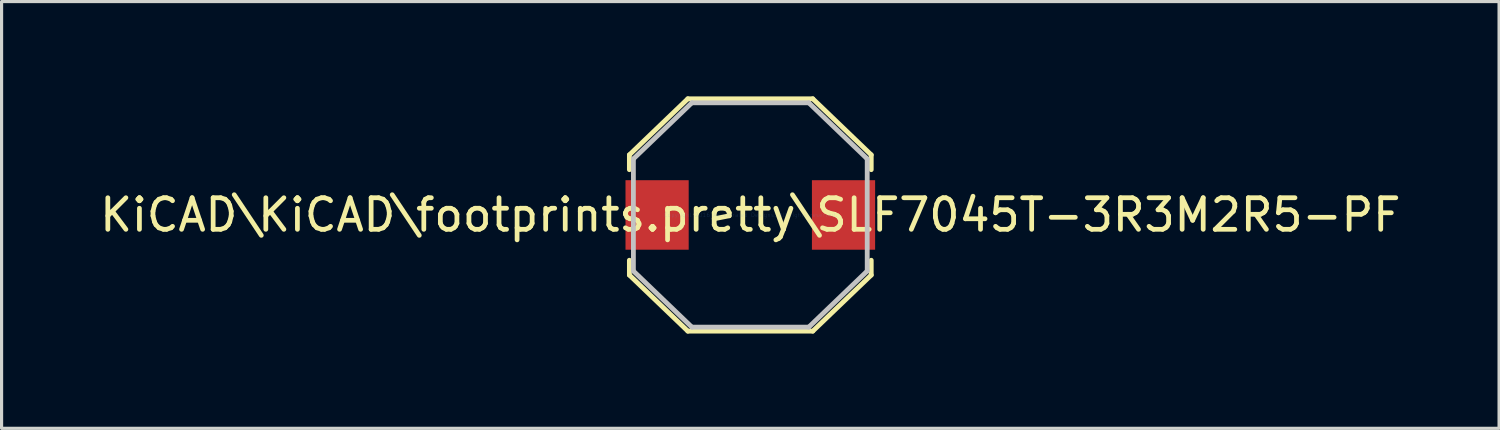
<source format=kicad_pcb>
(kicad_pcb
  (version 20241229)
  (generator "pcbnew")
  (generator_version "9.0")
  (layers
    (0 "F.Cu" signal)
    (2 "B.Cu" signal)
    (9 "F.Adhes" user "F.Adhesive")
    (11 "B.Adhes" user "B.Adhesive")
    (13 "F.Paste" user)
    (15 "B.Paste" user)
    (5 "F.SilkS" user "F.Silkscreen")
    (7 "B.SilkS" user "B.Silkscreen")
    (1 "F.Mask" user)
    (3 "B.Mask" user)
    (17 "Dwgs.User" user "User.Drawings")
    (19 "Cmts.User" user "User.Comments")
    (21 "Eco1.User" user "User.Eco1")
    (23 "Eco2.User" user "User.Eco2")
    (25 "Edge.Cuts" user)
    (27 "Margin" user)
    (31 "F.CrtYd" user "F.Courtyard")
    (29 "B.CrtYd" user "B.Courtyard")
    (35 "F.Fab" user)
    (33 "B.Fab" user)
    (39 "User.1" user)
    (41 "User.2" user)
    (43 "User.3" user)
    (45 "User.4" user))
  (footprint "KiCAD\\KiCAD\\footprints.pretty\\SLF7045T-3R3M2R5-PF"
    (layer "F.Cu")
    (at 20.696 3.753)
    (property "Reference" "KiCAD\\KiCAD\\footprints.pretty\\SLF7045T-3R3M2R5-PF" (at 0 0 0) (layer "F.SilkS") (effects (font (size 1 1) (thickness 0.15))))
    (attr through_hole)
    (fp_line (start -3.827 -1.902) (end -3.827 -1.433) (stroke (width 0.152) (type solid)) (layer "F.SilkS"))
    (fp_line (start -3.827 1.433) (end -3.827 1.902) (stroke (width 0.152) (type solid)) (layer "F.SilkS"))
    (fp_line (start -3.827 1.902) (end -1.977 3.677) (stroke (width 0.152) (type solid)) (layer "F.SilkS"))
    (fp_line (start -1.977 -3.677) (end -3.827 -1.902) (stroke (width 0.152) (type solid)) (layer "F.SilkS"))
    (fp_line (start -1.977 3.677) (end 1.977 3.677) (stroke (width 0.152) (type solid)) (layer "F.SilkS"))
    (fp_line (start 1.977 -3.677) (end -1.977 -3.677) (stroke (width 0.152) (type solid)) (layer "F.SilkS"))
    (fp_line (start 1.977 3.677) (end 3.827 1.902) (stroke (width 0.152) (type solid)) (layer "F.SilkS"))
    (fp_line (start 3.827 -1.902) (end 1.977 -3.677) (stroke (width 0.152) (type solid)) (layer "F.SilkS"))
    (fp_line (start 3.827 -1.433) (end 3.827 -1.902) (stroke (width 0.152) (type solid)) (layer "F.SilkS"))
    (fp_line (start 3.827 1.902) (end 3.827 1.433) (stroke (width 0.152) (type solid)) (layer "F.SilkS"))
    (fp_line (start -3.7 -1.775) (end -3.7 1.775) (stroke (width 0.152) (type solid)) (layer "Dwgs.User"))
    (fp_line (start -3.7 1.775) (end -1.85 3.55) (stroke (width 0.152) (type solid)) (layer "Dwgs.User"))
    (fp_line (start -1.85 -3.55) (end -3.7 -1.775) (stroke (width 0.152) (type solid)) (layer "Dwgs.User"))
    (fp_line (start -1.85 3.55) (end 1.85 3.55) (stroke (width 0.152) (type solid)) (layer "Dwgs.User"))
    (fp_line (start 1.85 -3.55) (end -1.85 -3.55) (stroke (width 0.152) (type solid)) (layer "Dwgs.User"))
    (fp_line (start 1.85 3.55) (end 3.7 1.775) (stroke (width 0.152) (type solid)) (layer "Dwgs.User"))
    (fp_line (start 3.7 -1.775) (end 1.85 -3.55) (stroke (width 0.152) (type solid)) (layer "Dwgs.User"))
    (fp_line (start 3.7 1.775) (end 3.7 -1.775) (stroke (width 0.152) (type solid)) (layer "Dwgs.User"))
    (fp_text user "Copyright 2016 Accelerated Designs. All rights reserved." (at 0 0 0) (layer "Cmts.User") (effects (font (size 0.127 0.127) (thickness 0.002))))
    (pad "1" smd rect (at -2.95 0) (size 2 2.2) (layers "F.Cu" "F.Mask" "F.Paste"))
    (pad "2" smd rect (at 2.95 0) (size 2 2.2) (layers "F.Cu" "F.Mask" "F.Paste")))
  (gr_rect
    (start -3 -3)
    (end 44.393 10.506)
    (stroke (width 0.1) (type default))
    (fill no)
    (layer "Edge.Cuts")))
</source>
